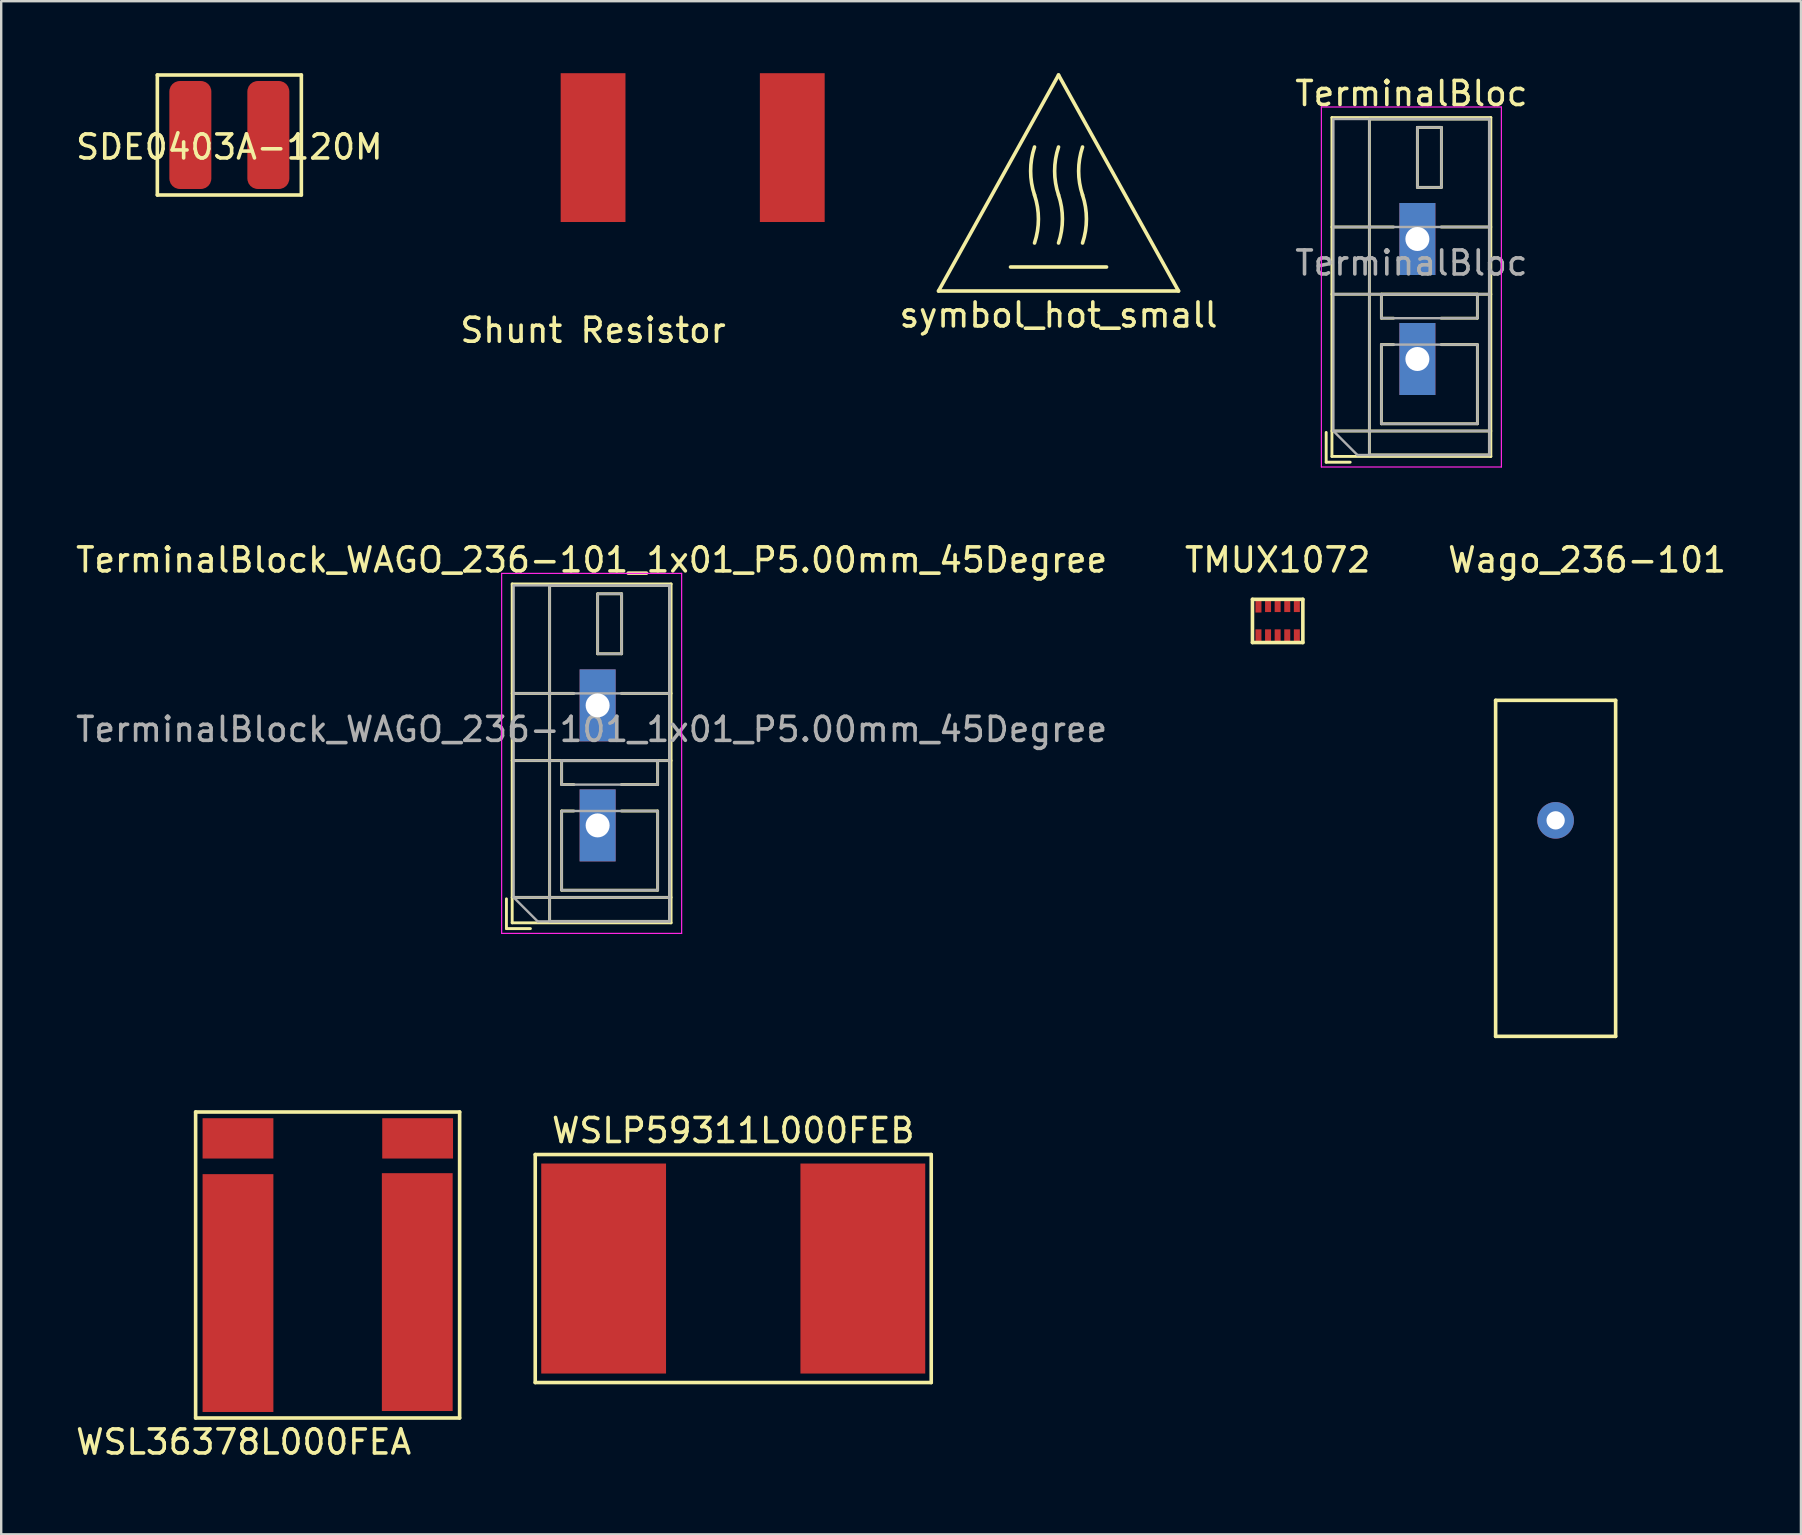
<source format=kicad_pcb>
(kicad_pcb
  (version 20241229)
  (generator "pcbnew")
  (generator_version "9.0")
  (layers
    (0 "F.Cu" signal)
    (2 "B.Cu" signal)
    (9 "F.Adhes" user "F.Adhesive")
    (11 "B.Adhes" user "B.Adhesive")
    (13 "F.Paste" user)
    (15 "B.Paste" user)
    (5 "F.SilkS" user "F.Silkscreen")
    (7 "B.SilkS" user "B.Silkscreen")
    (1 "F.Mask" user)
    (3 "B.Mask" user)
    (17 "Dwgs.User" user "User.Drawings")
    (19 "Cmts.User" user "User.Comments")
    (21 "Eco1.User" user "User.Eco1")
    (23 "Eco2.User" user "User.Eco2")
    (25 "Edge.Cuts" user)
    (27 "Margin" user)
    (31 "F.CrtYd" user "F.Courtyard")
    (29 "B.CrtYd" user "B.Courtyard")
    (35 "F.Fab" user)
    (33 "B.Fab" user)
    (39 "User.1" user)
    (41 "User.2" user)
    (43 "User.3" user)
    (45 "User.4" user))
  (footprint "SDE0403A-120M"
    (layer "F.Cu")
    (at 6.506 2.575)
    (property "Reference" "SDE0403A-120M" (at 0 0.5 0) (layer "F.SilkS") (effects (font (size 1 1) (thickness 0.15))))
    (attr through_hole)
    (fp_line (start -3 -2.5) (end -3 2.5) (stroke (width 0.15) (type solid)) (layer "F.SilkS"))
    (fp_line (start -3 2.5) (end 3 2.5) (stroke (width 0.15) (type solid)) (layer "F.SilkS"))
    (fp_line (start 3 -2.5) (end -3 -2.5) (stroke (width 0.15) (type solid)) (layer "F.SilkS"))
    (fp_line (start 3 2.5) (end 3 -2.5) (stroke (width 0.15) (type solid)) (layer "F.SilkS"))
    (pad "1" smd roundrect (at -1.625 0 180) (size 1.75 4.5) (layers "F.Cu" "F.Mask" "F.Paste") (roundrect_rratio 0.25))
    (pad "2" smd roundrect (at 1.625 0) (size 1.75 4.5) (layers "F.Cu" "F.Mask" "F.Paste") (roundrect_rratio 0.25)))
  (footprint "Shunt Resistor"
    (layer "F.Cu")
    (at 21.661 10.212)
    (property "Reference" "Shunt Resistor" (at 0 0.5 0) (layer "F.SilkS") (effects (font (size 1 1) (thickness 0.15))))
    (attr through_hole)
    (pad "1" smd rect (at 0 -7.112) (size 2.7 6.2) (layers "F.Cu" "F.Mask" "F.Paste"))
    (pad "2" smd rect (at 8.3 -7.112) (size 2.7 6.2) (layers "F.Cu" "F.Mask" "F.Paste")))
  (footprint "WSL36378L000FEA"
    (layer "F.Cu")
    (at 10.601 55.782)
    (property "Reference" "WSL36378L000FEA" (at -3.5 1.25 0) (layer "F.SilkS") (effects (font (size 1 1) (thickness 0.15))))
    (attr smd)
    (fp_line (start -5.5 -12.5) (end -5.5 0.25) (stroke (width 0.15) (type solid)) (layer "F.SilkS"))
    (fp_line (start -5.5 0.25) (end 5.5 0.25) (stroke (width 0.15) (type solid)) (layer "F.SilkS"))
    (fp_line (start 5.5 -12.5) (end -5.5 -12.5) (stroke (width 0.15) (type solid)) (layer "F.SilkS"))
    (fp_line (start 5.5 0.25) (end 5.5 -12.5) (stroke (width 0.15) (type solid)) (layer "F.SilkS"))
    (pad "1" smd rect (at -3.735 -4.955) (size 2.95 9.91) (layers "F.Cu" "F.Mask" "F.Paste"))
    (pad "2" smd rect (at -3.735 -11.4) (size 2.95 1.68) (layers "F.Cu" "F.Mask" "F.Paste"))
    (pad "3" smd rect (at 3.75 -11.4) (size 2.95 1.68) (layers "F.Cu" "F.Mask" "F.Paste"))
    (pad "4" smd rect (at 3.735 -4.995) (size 2.95 9.91) (layers "F.Cu" "F.Mask" "F.Paste")))
  (footprint "TerminalBlock_WAGO_236-101_1x01_P5.00mm_45Degree"
    (layer "F.Cu")
    (at 21.851 31.341)
    (property "Reference" "TerminalBlock_WAGO_236-101_1x01_P5.00mm_45Degree" (at -0.25 -11.06 0) (layer "F.SilkS") (effects (font (size 1 1) (thickness 0.15))))
    (attr through_hole)
    (fp_line (start -3.8 3.06) (end -3.8 4.3) (stroke (width 0.12) (type solid)) (layer "F.SilkS"))
    (fp_line (start -3.8 4.3) (end -2.8 4.3) (stroke (width 0.12) (type solid)) (layer "F.SilkS"))
    (fp_line (start -3.56 -10.06) (end -3.56 4.06) (stroke (width 0.12) (type solid)) (layer "F.SilkS"))
    (fp_line (start -3.56 -10.06) (end 3.06 -10.06) (stroke (width 0.12) (type solid)) (layer "F.SilkS"))
    (fp_line (start -3.56 -5.5) (end -0.99 -5.5) (stroke (width 0.12) (type solid)) (layer "F.SilkS"))
    (fp_line (start -3.56 -2.7) (end 3.06 -2.7) (stroke (width 0.12) (type solid)) (layer "F.SilkS"))
    (fp_line (start -3.56 3) (end 3.06 3) (stroke (width 0.12) (type solid)) (layer "F.SilkS"))
    (fp_line (start -3.56 4.06) (end 3.06 4.06) (stroke (width 0.12) (type solid)) (layer "F.SilkS"))
    (fp_line (start -2 -10) (end -2 4) (stroke (width 0.12) (type solid)) (layer "F.SilkS"))
    (fp_line (start -2 -10) (end 3 -10) (stroke (width 0.12) (type solid)) (layer "F.SilkS"))
    (fp_line (start -2 4) (end 3 4) (stroke (width 0.12) (type solid)) (layer "F.SilkS"))
    (fp_line (start -1.5 -2.7) (end -1.5 -1.701) (stroke (width 0.12) (type solid)) (layer "F.SilkS"))
    (fp_line (start -1.5 -2.7) (end 2.5 -2.7) (stroke (width 0.12) (type solid)) (layer "F.SilkS"))
    (fp_line (start -1.5 -1.701) (end -0.99 -1.701) (stroke (width 0.12) (type solid)) (layer "F.SilkS"))
    (fp_line (start -1.5 -0.6) (end -1.5 2.7) (stroke (width 0.12) (type solid)) (layer "F.SilkS"))
    (fp_line (start -1.5 -0.6) (end -0.99 -0.6) (stroke (width 0.12) (type solid)) (layer "F.SilkS"))
    (fp_line (start -1.5 2.7) (end 2.5 2.7) (stroke (width 0.12) (type solid)) (layer "F.SilkS"))
    (fp_line (start 0 -9.65) (end 0 -7.15) (stroke (width 0.12) (type solid)) (layer "F.SilkS"))
    (fp_line (start 0 -9.65) (end 1 -9.65) (stroke (width 0.12) (type solid)) (layer "F.SilkS"))
    (fp_line (start 0 -7.15) (end 1 -7.15) (stroke (width 0.12) (type solid)) (layer "F.SilkS"))
    (fp_line (start 0.99 -5.5) (end 3.06 -5.5) (stroke (width 0.12) (type solid)) (layer "F.SilkS"))
    (fp_line (start 0.99 -1.701) (end 2.5 -1.701) (stroke (width 0.12) (type solid)) (layer "F.SilkS"))
    (fp_line (start 0.99 -0.6) (end 2.5 -0.6) (stroke (width 0.12) (type solid)) (layer "F.SilkS"))
    (fp_line (start 1 -9.65) (end 1 -7.15) (stroke (width 0.12) (type solid)) (layer "F.SilkS"))
    (fp_line (start 2.5 -2.7) (end 2.5 -1.701) (stroke (width 0.12) (type solid)) (layer "F.SilkS"))
    (fp_line (start 2.5 -0.6) (end 2.5 2.7) (stroke (width 0.12) (type solid)) (layer "F.SilkS"))
    (fp_line (start 3 -10) (end 3 4) (stroke (width 0.12) (type solid)) (layer "F.SilkS"))
    (fp_line (start 3.06 -10.06) (end 3.06 4.06) (stroke (width 0.12) (type solid)) (layer "F.SilkS"))
    (fp_line (start -4 -10.5) (end -4 4.5) (stroke (width 0.05) (type solid)) (layer "F.CrtYd"))
    (fp_line (start -4 4.5) (end 3.5 4.5) (stroke (width 0.05) (type solid)) (layer "F.CrtYd"))
    (fp_line (start 3.5 -10.5) (end -4 -10.5) (stroke (width 0.05) (type solid)) (layer "F.CrtYd"))
    (fp_line (start 3.5 4.5) (end 3.5 -10.5) (stroke (width 0.05) (type solid)) (layer "F.CrtYd"))
    (fp_line (start -3.5 -10) (end 3 -10) (stroke (width 0.1) (type solid)) (layer "F.Fab"))
    (fp_line (start -3.5 -5.5) (end 3 -5.5) (stroke (width 0.1) (type solid)) (layer "F.Fab"))
    (fp_line (start -3.5 -2.7) (end 3 -2.7) (stroke (width 0.1) (type solid)) (layer "F.Fab"))
    (fp_line (start -3.5 3) (end -3.5 -10) (stroke (width 0.1) (type solid)) (layer "F.Fab"))
    (fp_line (start -3.5 3) (end 3 3) (stroke (width 0.1) (type solid)) (layer "F.Fab"))
    (fp_line (start -2.5 4) (end -3.5 3) (stroke (width 0.1) (type solid)) (layer "F.Fab"))
    (fp_line (start -2 -10) (end -2 4) (stroke (width 0.1) (type solid)) (layer "F.Fab"))
    (fp_line (start -2 4) (end 3 4) (stroke (width 0.1) (type solid)) (layer "F.Fab"))
    (fp_line (start -1.5 -2.7) (end -1.5 -1.7) (stroke (width 0.1) (type solid)) (layer "F.Fab"))
    (fp_line (start -1.5 -1.7) (end 2.5 -1.7) (stroke (width 0.1) (type solid)) (layer "F.Fab"))
    (fp_line (start -1.5 -0.6) (end -1.5 2.7) (stroke (width 0.1) (type solid)) (layer "F.Fab"))
    (fp_line (start -1.5 2.7) (end 2.5 2.7) (stroke (width 0.1) (type solid)) (layer "F.Fab"))
    (fp_line (start 0 -9.65) (end 0 -7.15) (stroke (width 0.1) (type solid)) (layer "F.Fab"))
    (fp_line (start 0 -7.15) (end 1 -7.15) (stroke (width 0.1) (type solid)) (layer "F.Fab"))
    (fp_line (start 1 -9.65) (end 0 -9.65) (stroke (width 0.1) (type solid)) (layer "F.Fab"))
    (fp_line (start 1 -7.15) (end 1 -9.65) (stroke (width 0.1) (type solid)) (layer "F.Fab"))
    (fp_line (start 2.5 -2.7) (end -1.5 -2.7) (stroke (width 0.1) (type solid)) (layer "F.Fab"))
    (fp_line (start 2.5 -1.7) (end 2.5 -2.7) (stroke (width 0.1) (type solid)) (layer "F.Fab"))
    (fp_line (start 2.5 -0.6) (end -1.5 -0.6) (stroke (width 0.1) (type solid)) (layer "F.Fab"))
    (fp_line (start 2.5 2.7) (end 2.5 -0.6) (stroke (width 0.1) (type solid)) (layer "F.Fab"))
    (fp_line (start 3 -10) (end -2 -10) (stroke (width 0.1) (type solid)) (layer "F.Fab"))
    (fp_line (start 3 -10) (end 3 4) (stroke (width 0.1) (type solid)) (layer "F.Fab"))
    (fp_line (start 3 4) (end -2.5 4) (stroke (width 0.1) (type solid)) (layer "F.Fab"))
    (fp_line (start 3 4) (end 3 -10) (stroke (width 0.1) (type solid)) (layer "F.Fab"))
    (fp_text user "${REFERENCE}" (at -0.25 -4 0) (layer "F.Fab") (effects (font (size 1 1) (thickness 0.15))))
    (pad "1" thru_hole rect (at 0 0) (size 1.5 3) (drill 1) (layers "*.Cu" "*.Mask"))
    (pad "2" thru_hole rect (at 0 -5) (size 1.5 3) (drill 1) (layers "*.Cu" "*.Mask")))
  (footprint "TerminalBloc"
    (layer "F.Cu")
    (at 56.007 11.908)
    (property "Reference" "TerminalBloc" (at -0.25 -11.06 0) (layer "F.SilkS") (effects (font (size 1 1) (thickness 0.15))))
    (attr through_hole)
    (fp_line (start -3.8 3.06) (end -3.8 4.3) (stroke (width 0.12) (type solid)) (layer "F.SilkS"))
    (fp_line (start -3.8 4.3) (end -2.8 4.3) (stroke (width 0.12) (type solid)) (layer "F.SilkS"))
    (fp_line (start -3.56 -10.06) (end -3.56 4.06) (stroke (width 0.12) (type solid)) (layer "F.SilkS"))
    (fp_line (start -3.56 -10.06) (end 3.06 -10.06) (stroke (width 0.12) (type solid)) (layer "F.SilkS"))
    (fp_line (start -3.56 -5.5) (end -0.99 -5.5) (stroke (width 0.12) (type solid)) (layer "F.SilkS"))
    (fp_line (start -3.56 -2.7) (end 3.06 -2.7) (stroke (width 0.12) (type solid)) (layer "F.SilkS"))
    (fp_line (start -3.56 3) (end 3.06 3) (stroke (width 0.12) (type solid)) (layer "F.SilkS"))
    (fp_line (start -3.56 4.06) (end 3.06 4.06) (stroke (width 0.12) (type solid)) (layer "F.SilkS"))
    (fp_line (start -2 -10) (end -2 4) (stroke (width 0.12) (type solid)) (layer "F.SilkS"))
    (fp_line (start -2 -10) (end 3 -10) (stroke (width 0.12) (type solid)) (layer "F.SilkS"))
    (fp_line (start -2 4) (end 3 4) (stroke (width 0.12) (type solid)) (layer "F.SilkS"))
    (fp_line (start -1.5 -2.7) (end -1.5 -1.701) (stroke (width 0.12) (type solid)) (layer "F.SilkS"))
    (fp_line (start -1.5 -2.7) (end 2.5 -2.7) (stroke (width 0.12) (type solid)) (layer "F.SilkS"))
    (fp_line (start -1.5 -1.701) (end -0.99 -1.701) (stroke (width 0.12) (type solid)) (layer "F.SilkS"))
    (fp_line (start -1.5 -0.6) (end -1.5 2.7) (stroke (width 0.12) (type solid)) (layer "F.SilkS"))
    (fp_line (start -1.5 -0.6) (end -0.99 -0.6) (stroke (width 0.12) (type solid)) (layer "F.SilkS"))
    (fp_line (start -1.5 2.7) (end 2.5 2.7) (stroke (width 0.12) (type solid)) (layer "F.SilkS"))
    (fp_line (start 0 -9.65) (end 0 -7.15) (stroke (width 0.12) (type solid)) (layer "F.SilkS"))
    (fp_line (start 0 -9.65) (end 1 -9.65) (stroke (width 0.12) (type solid)) (layer "F.SilkS"))
    (fp_line (start 0 -7.15) (end 1 -7.15) (stroke (width 0.12) (type solid)) (layer "F.SilkS"))
    (fp_line (start 0.99 -5.5) (end 3.06 -5.5) (stroke (width 0.12) (type solid)) (layer "F.SilkS"))
    (fp_line (start 0.99 -1.701) (end 2.5 -1.701) (stroke (width 0.12) (type solid)) (layer "F.SilkS"))
    (fp_line (start 0.99 -0.6) (end 2.5 -0.6) (stroke (width 0.12) (type solid)) (layer "F.SilkS"))
    (fp_line (start 1 -9.65) (end 1 -7.15) (stroke (width 0.12) (type solid)) (layer "F.SilkS"))
    (fp_line (start 2.5 -2.7) (end 2.5 -1.701) (stroke (width 0.12) (type solid)) (layer "F.SilkS"))
    (fp_line (start 2.5 -0.6) (end 2.5 2.7) (stroke (width 0.12) (type solid)) (layer "F.SilkS"))
    (fp_line (start 3 -10) (end 3 4) (stroke (width 0.12) (type solid)) (layer "F.SilkS"))
    (fp_line (start 3.06 -10.06) (end 3.06 4.06) (stroke (width 0.12) (type solid)) (layer "F.SilkS"))
    (fp_line (start -4 -10.5) (end -4 4.5) (stroke (width 0.05) (type solid)) (layer "F.CrtYd"))
    (fp_line (start -4 4.5) (end 3.5 4.5) (stroke (width 0.05) (type solid)) (layer "F.CrtYd"))
    (fp_line (start 3.5 -10.5) (end -4 -10.5) (stroke (width 0.05) (type solid)) (layer "F.CrtYd"))
    (fp_line (start 3.5 4.5) (end 3.5 -10.5) (stroke (width 0.05) (type solid)) (layer "F.CrtYd"))
    (fp_line (start -3.5 -10) (end 3 -10) (stroke (width 0.1) (type solid)) (layer "F.Fab"))
    (fp_line (start -3.5 -5.5) (end 3 -5.5) (stroke (width 0.1) (type solid)) (layer "F.Fab"))
    (fp_line (start -3.5 -2.7) (end 3 -2.7) (stroke (width 0.1) (type solid)) (layer "F.Fab"))
    (fp_line (start -3.5 3) (end -3.5 -10) (stroke (width 0.1) (type solid)) (layer "F.Fab"))
    (fp_line (start -3.5 3) (end 3 3) (stroke (width 0.1) (type solid)) (layer "F.Fab"))
    (fp_line (start -2.5 4) (end -3.5 3) (stroke (width 0.1) (type solid)) (layer "F.Fab"))
    (fp_line (start -2 -10) (end -2 4) (stroke (width 0.1) (type solid)) (layer "F.Fab"))
    (fp_line (start -2 4) (end 3 4) (stroke (width 0.1) (type solid)) (layer "F.Fab"))
    (fp_line (start -1.5 -2.7) (end -1.5 -1.7) (stroke (width 0.1) (type solid)) (layer "F.Fab"))
    (fp_line (start -1.5 -1.7) (end 2.5 -1.7) (stroke (width 0.1) (type solid)) (layer "F.Fab"))
    (fp_line (start -1.5 -0.6) (end -1.5 2.7) (stroke (width 0.1) (type solid)) (layer "F.Fab"))
    (fp_line (start -1.5 2.7) (end 2.5 2.7) (stroke (width 0.1) (type solid)) (layer "F.Fab"))
    (fp_line (start 0 -9.65) (end 0 -7.15) (stroke (width 0.1) (type solid)) (layer "F.Fab"))
    (fp_line (start 0 -7.15) (end 1 -7.15) (stroke (width 0.1) (type solid)) (layer "F.Fab"))
    (fp_line (start 1 -9.65) (end 0 -9.65) (stroke (width 0.1) (type solid)) (layer "F.Fab"))
    (fp_line (start 1 -7.15) (end 1 -9.65) (stroke (width 0.1) (type solid)) (layer "F.Fab"))
    (fp_line (start 2.5 -2.7) (end -1.5 -2.7) (stroke (width 0.1) (type solid)) (layer "F.Fab"))
    (fp_line (start 2.5 -1.7) (end 2.5 -2.7) (stroke (width 0.1) (type solid)) (layer "F.Fab"))
    (fp_line (start 2.5 -0.6) (end -1.5 -0.6) (stroke (width 0.1) (type solid)) (layer "F.Fab"))
    (fp_line (start 2.5 2.7) (end 2.5 -0.6) (stroke (width 0.1) (type solid)) (layer "F.Fab"))
    (fp_line (start 3 -10) (end -2 -10) (stroke (width 0.1) (type solid)) (layer "F.Fab"))
    (fp_line (start 3 -10) (end 3 4) (stroke (width 0.1) (type solid)) (layer "F.Fab"))
    (fp_line (start 3 4) (end -2.5 4) (stroke (width 0.1) (type solid)) (layer "F.Fab"))
    (fp_line (start 3 4) (end 3 -10) (stroke (width 0.1) (type solid)) (layer "F.Fab"))
    (fp_text user "${REFERENCE}" (at -0.25 -4 0) (layer "F.Fab") (effects (font (size 1 1) (thickness 0.15))))
    (pad "1" thru_hole rect (at 0 0) (size 1.5 3) (drill 1) (layers "*.Cu" "*.Mask"))
    (pad "2" thru_hole rect (at 0 -5) (size 1.5 3) (drill 1) (layers "*.Cu" "*.Mask")))
  (footprint "symbol_hot_small"
    (layer "F.Cu")
    (at 41.055 5.075)
    (property "Reference" "symbol_hot_small" (at 0 5 0) (layer "F.SilkS") (effects (font (size 1 1) (thickness 0.15))))
    (attr through_hole)
    (fp_line (start 0 -5) (end -5 4) (stroke (width 0.15) (type solid)) (layer "F.SilkS"))
    (fp_line (start 2 3) (end -2 3) (stroke (width 0.15) (type solid)) (layer "F.SilkS"))
    (fp_line (start 5 4) (end -5 4) (stroke (width 0.15) (type solid)) (layer "F.SilkS"))
    (fp_line (start 5 4) (end 0 -5) (stroke (width 0.15) (type solid)) (layer "F.SilkS"))
    (fp_arc (start -1.000001 0) (mid -0.837723 1) (end -1.000001 1.999999) (stroke (width 0.15) (type solid)) (layer "F.SilkS"))
    (fp_arc (start -0.999999 0) (mid -1.162277 -1) (end -0.999999 -1.999999) (stroke (width 0.15) (type solid)) (layer "F.SilkS"))
    (fp_arc (start 0 0) (mid 0.162278 1) (end 0 1.999999) (stroke (width 0.15) (type solid)) (layer "F.SilkS"))
    (fp_arc (start 0.000002 0) (mid -0.162276 -1) (end 0.000002 -1.999999) (stroke (width 0.15) (type solid)) (layer "F.SilkS"))
    (fp_arc (start 1 0) (mid 1.162278 1) (end 1 1.999999) (stroke (width 0.15) (type solid)) (layer "F.SilkS"))
    (fp_arc (start 1.000002 0) (mid 0.837724 -1) (end 1.000002 -1.999999) (stroke (width 0.15) (type solid)) (layer "F.SilkS")))
  (footprint "TMUX1072"
    (layer "F.Cu")
    (at 50.185 22.822)
    (property "Reference" "TMUX1072" (at 0 -2.54 0) (layer "F.SilkS") (effects (font (size 1 1) (thickness 0.15))))
    (attr through_hole)
    (fp_line (start -1.05 -0.9) (end 1.05 -0.9) (stroke (width 0.15) (type solid)) (layer "F.SilkS"))
    (fp_line (start -1.05 0.9) (end -1.05 -0.9) (stroke (width 0.15) (type solid)) (layer "F.SilkS"))
    (fp_line (start -1.05 0.9) (end 1.05 0.9) (stroke (width 0.15) (type solid)) (layer "F.SilkS"))
    (fp_line (start 1.05 0.9) (end 1.05 -0.9) (stroke (width 0.15) (type solid)) (layer "F.SilkS"))
    (pad "1" smd rect (at -0.8 -0.625) (size 0.25 0.55) (layers "F.Cu" "F.Mask" "F.Paste"))
    (pad "1" smd rect (at -0.8 0.625) (size 0.25 0.55) (layers "F.Cu" "F.Mask" "F.Paste"))
    (pad "1" smd rect (at -0.4 -0.645) (size 0.25 0.55) (layers "F.Cu" "F.Mask" "F.Paste"))
    (pad "1" smd rect (at -0.4 0.625) (size 0.25 0.55) (layers "F.Cu" "F.Mask" "F.Paste"))
    (pad "1" smd rect (at 0 -0.645) (size 0.25 0.55) (layers "F.Cu" "F.Mask" "F.Paste"))
    (pad "1" smd rect (at 0 0.625) (size 0.25 0.55) (layers "F.Cu" "F.Mask" "F.Paste"))
    (pad "1" smd rect (at 0.4 -0.645) (size 0.25 0.55) (layers "F.Cu" "F.Mask" "F.Paste"))
    (pad "1" smd rect (at 0.4 0.625) (size 0.25 0.55) (layers "F.Cu" "F.Mask" "F.Paste"))
    (pad "1" smd rect (at 0.8 -0.645) (size 0.25 0.55) (layers "F.Cu" "F.Mask" "F.Paste"))
    (pad "1" smd rect (at 0.8 0.625) (size 0.25 0.55) (layers "F.Cu" "F.Mask" "F.Paste")))
  (footprint "WSLP59311L000FEB"
    (layer "F.Cu")
    (at 27.501 49.805)
    (property "Reference" "WSLP59311L000FEB" (at 0 -5.75 0) (layer "F.SilkS") (effects (font (size 1 1) (thickness 0.15))))
    (attr through_hole)
    (fp_line (start -8.25 -4.75) (end 8.25 -4.75) (stroke (width 0.15) (type solid)) (layer "F.SilkS"))
    (fp_line (start -8.25 4.75) (end -8.25 -4.75) (stroke (width 0.15) (type solid)) (layer "F.SilkS"))
    (fp_line (start 8.25 -4.75) (end 8.25 4.75) (stroke (width 0.15) (type solid)) (layer "F.SilkS"))
    (fp_line (start 8.25 4.75) (end -8.25 4.75) (stroke (width 0.15) (type solid)) (layer "F.SilkS"))
    (pad "1" smd rect (at -5.4 0) (size 5.2 8.75) (layers "F.Cu" "F.Mask" "F.Paste"))
    (pad "2" smd rect (at 5.4 0) (size 5.2 8.75) (layers "F.Cu" "F.Mask" "F.Paste")))
  (footprint "Wago_236-101"
    (layer "F.Cu")
    (at 59.267 26.131)
    (property "Reference" "Wago_236-101" (at 3.81 -5.85 0) (layer "F.SilkS") (effects (font (size 1 1) (thickness 0.15))))
    (attr through_hole)
    (fp_line (start 0 0) (end 0 14) (stroke (width 0.15) (type solid)) (layer "F.SilkS"))
    (fp_line (start 5 0) (end 0 0) (stroke (width 0.15) (type solid)) (layer "F.SilkS"))
    (fp_line (start 5 0) (end 5 14) (stroke (width 0.15) (type solid)) (layer "F.SilkS"))
    (fp_line (start 5 14) (end 0 14) (stroke (width 0.15) (type solid)) (layer "F.SilkS"))
    (pad "1" thru_hole circle (at 2.5 5) (size 1.524 1.524) (drill 0.762) (layers "*.Cu" "*.Mask")))
  (gr_rect
    (start -3 -3)
    (end 71.988 60.88)
    (stroke (width 0.1) (type default))
    (fill no)
    (layer "Edge.Cuts")))
</source>
